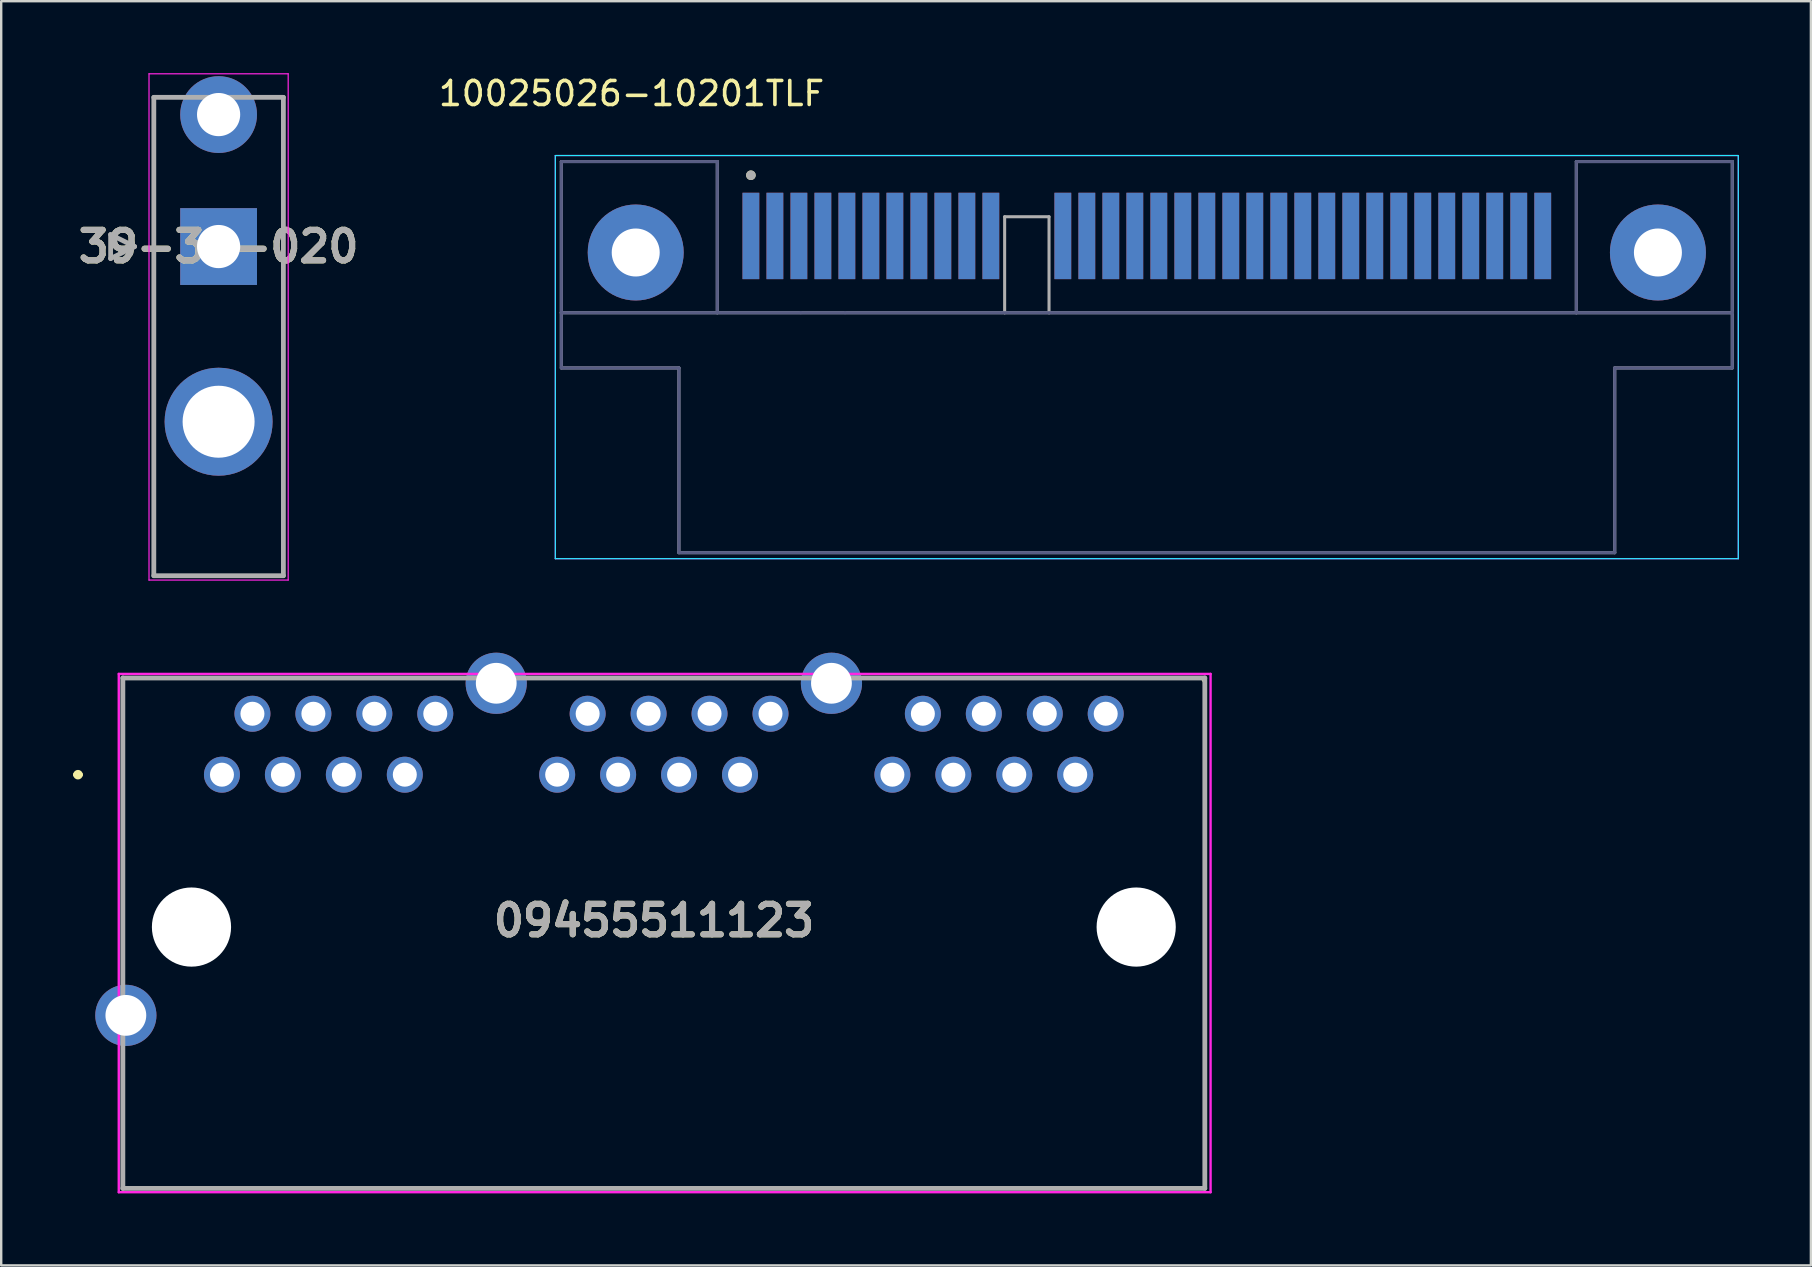
<source format=kicad_pcb>
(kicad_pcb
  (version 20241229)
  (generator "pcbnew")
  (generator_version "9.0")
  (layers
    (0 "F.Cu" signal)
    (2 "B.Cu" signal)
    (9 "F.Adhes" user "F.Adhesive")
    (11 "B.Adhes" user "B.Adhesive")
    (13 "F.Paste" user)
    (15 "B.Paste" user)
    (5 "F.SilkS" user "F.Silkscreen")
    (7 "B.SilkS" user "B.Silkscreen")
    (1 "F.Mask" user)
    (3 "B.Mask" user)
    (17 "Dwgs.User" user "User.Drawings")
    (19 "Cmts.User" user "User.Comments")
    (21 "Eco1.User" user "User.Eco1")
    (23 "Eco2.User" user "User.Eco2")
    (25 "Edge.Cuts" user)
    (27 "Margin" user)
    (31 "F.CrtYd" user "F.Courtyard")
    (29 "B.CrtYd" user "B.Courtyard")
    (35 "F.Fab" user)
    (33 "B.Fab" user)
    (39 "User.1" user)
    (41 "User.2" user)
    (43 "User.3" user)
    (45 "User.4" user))
  (footprint "39-30-020"
    (layer "F.Cu")
    (at 6.06 7.225)
    (property "Reference" "39-30-020" (at 0 0 0) (layer "F.SilkS") (effects (font (size 1.27 1.27) (thickness 0.254))))
    (attr through_hole)
    (fp_line (start -2.9 -7.2) (end 2.9 -7.2) (stroke (width 0.05) (type solid)) (layer "F.CrtYd"))
    (fp_line (start -2.9 13.9) (end -2.9 -7.2) (stroke (width 0.05) (type solid)) (layer "F.CrtYd"))
    (fp_line (start 2.9 -7.2) (end 2.9 13.9) (stroke (width 0.05) (type solid)) (layer "F.CrtYd"))
    (fp_line (start 2.9 13.9) (end -2.9 13.9) (stroke (width 0.05) (type solid)) (layer "F.CrtYd"))
    (fp_line (start -4.5 -0.5) (end -3.5 0) (stroke (width 0.2) (type solid)) (layer "F.Fab"))
    (fp_line (start -4.5 0.5) (end -4.5 -0.5) (stroke (width 0.2) (type solid)) (layer "F.Fab"))
    (fp_line (start -3.5 0) (end -4.5 0.5) (stroke (width 0.2) (type solid)) (layer "F.Fab"))
    (fp_line (start -2.7 -6.218) (end 2.7 -6.218) (stroke (width 0.2) (type solid)) (layer "F.Fab"))
    (fp_line (start -2.7 13.718) (end -2.7 -6.218) (stroke (width 0.2) (type solid)) (layer "F.Fab"))
    (fp_line (start 2.7 -6.218) (end 2.7 13.718) (stroke (width 0.2) (type solid)) (layer "F.Fab"))
    (fp_line (start 2.7 13.718) (end -2.7 13.718) (stroke (width 0.2) (type solid)) (layer "F.Fab"))
    (fp_text user "${REFERENCE}" (at 0 0 0) (layer "F.Fab") (effects (font (size 1.27 1.27) (thickness 0.254))))
    (pad "1" thru_hole rect (at 0 0) (size 3.2 3.2) (drill 1.8) (layers "*.Cu" "*.Mask"))
    (pad "2" thru_hole circle (at 0 -5.5) (size 3.2 3.2) (drill 1.8) (layers "*.Cu" "*.Mask"))
    (pad "MH" thru_hole circle (at 0 7.3) (size 4.5 4.5) (drill 3) (layers "*.Cu" "*.Mask")))
  (footprint "10025026-10201TLF"
    (layer "F.Cu")
    (at 44.743 7.473)
    (property "Reference" "10025026-10201TLF" (at -21.475 -6.625 0) (layer "F.SilkS") (effects (font (size 1 1) (thickness 0.15))))
    (attr allow_soldermask_bridges)
    (fp_poly (pts (xy 24.32 2.56) (xy 24.32 -3.7) (xy 19 -3.708) (xy 19 -2.52) (xy -18.99 -2.52) (xy -18.99 -3.69) (xy -24.3 -3.69) (xy -24.29 2.52)) (stroke (width 0.15) (type solid)) (fill yes) (layer "F.Mask"))
    (fp_poly (pts (xy 24.32 2.56) (xy 24.32 -3.71) (xy 19 -3.719) (xy 19 -2.53) (xy -18.98 -2.53) (xy -18.98 -3.7) (xy -24.3 -3.7) (xy -24.29 2.52)) (stroke (width 0.15) (type solid)) (fill yes) (layer "B.Mask"))
    (fp_circle (center -16.5 -3.22) (end -16.4 -3.22) (stroke (width 0.2) (type solid)) (fill no) (layer "F.SilkS"))
    (fp_line (start -24.65 -4.04) (end -24.65 12.76) (stroke (width 0.05) (type solid)) (layer "B.CrtYd"))
    (fp_line (start -24.65 12.76) (end 24.65 12.76) (stroke (width 0.05) (type solid)) (layer "B.CrtYd"))
    (fp_line (start 24.65 -4.04) (end -24.65 -4.04) (stroke (width 0.05) (type solid)) (layer "B.CrtYd"))
    (fp_line (start 24.65 12.76) (end 24.65 -4.04) (stroke (width 0.05) (type solid)) (layer "B.CrtYd"))
    (fp_line (start -24.65 -4.04) (end -24.65 12.76) (stroke (width 0.05) (type solid)) (layer "F.CrtYd"))
    (fp_line (start -24.65 12.76) (end 24.65 12.76) (stroke (width 0.05) (type solid)) (layer "F.CrtYd"))
    (fp_line (start 24.65 -4.04) (end -24.65 -4.04) (stroke (width 0.05) (type solid)) (layer "F.CrtYd"))
    (fp_line (start 24.65 12.76) (end 24.65 -4.04) (stroke (width 0.05) (type solid)) (layer "F.CrtYd"))
    (fp_line (start -24.4 -3.79) (end -17.9 -3.79) (stroke (width 0.127) (type solid)) (layer "B.Fab"))
    (fp_line (start -24.4 2.51) (end -24.4 -3.79) (stroke (width 0.127) (type solid)) (layer "B.Fab"))
    (fp_line (start -24.4 4.81) (end -24.4 2.51) (stroke (width 0.127) (type solid)) (layer "B.Fab"))
    (fp_line (start -19.5 4.81) (end -24.4 4.81) (stroke (width 0.127) (type solid)) (layer "B.Fab"))
    (fp_line (start -19.5 12.51) (end -19.5 4.81) (stroke (width 0.127) (type solid)) (layer "B.Fab"))
    (fp_line (start -17.9 -3.79) (end -17.9 2.51) (stroke (width 0.127) (type solid)) (layer "B.Fab"))
    (fp_line (start -17.9 2.51) (end -24.4 2.51) (stroke (width 0.127) (type solid)) (layer "B.Fab"))
    (fp_line (start -14.425 2.51) (end -17.9 2.51) (stroke (width 0.127) (type solid)) (layer "B.Fab"))
    (fp_line (start -14.425 2.51) (end -12.575 2.51) (stroke (width 0.127) (type solid)) (layer "B.Fab"))
    (fp_line (start 17.9 -3.79) (end 17.9 2.51) (stroke (width 0.127) (type solid)) (layer "B.Fab"))
    (fp_line (start 17.9 2.51) (end -12.575 2.51) (stroke (width 0.127) (type solid)) (layer "B.Fab"))
    (fp_line (start 17.9 2.51) (end 24.4 2.51) (stroke (width 0.127) (type solid)) (layer "B.Fab"))
    (fp_line (start 19.5 4.81) (end 24.4 4.81) (stroke (width 0.127) (type solid)) (layer "B.Fab"))
    (fp_line (start 19.5 12.51) (end -19.5 12.51) (stroke (width 0.127) (type solid)) (layer "B.Fab"))
    (fp_line (start 19.5 12.51) (end 19.5 4.81) (stroke (width 0.127) (type solid)) (layer "B.Fab"))
    (fp_line (start 24.4 -3.79) (end 17.9 -3.79) (stroke (width 0.127) (type solid)) (layer "B.Fab"))
    (fp_line (start 24.4 2.51) (end 24.4 -3.79) (stroke (width 0.127) (type solid)) (layer "B.Fab"))
    (fp_line (start 24.4 4.81) (end 24.4 2.51) (stroke (width 0.127) (type solid)) (layer "B.Fab"))
    (fp_line (start -24.4 -3.79) (end -17.9 -3.79) (stroke (width 0.127) (type solid)) (layer "F.Fab"))
    (fp_line (start -24.4 2.51) (end -24.4 -3.79) (stroke (width 0.127) (type solid)) (layer "F.Fab"))
    (fp_line (start -24.4 4.81) (end -24.4 2.51) (stroke (width 0.127) (type solid)) (layer "F.Fab"))
    (fp_line (start -19.5 4.81) (end -24.4 4.81) (stroke (width 0.127) (type solid)) (layer "F.Fab"))
    (fp_line (start -19.5 12.51) (end -19.5 4.81) (stroke (width 0.127) (type solid)) (layer "F.Fab"))
    (fp_line (start -17.9 -3.79) (end -17.9 2.51) (stroke (width 0.127) (type solid)) (layer "F.Fab"))
    (fp_line (start -17.9 2.51) (end -24.4 2.51) (stroke (width 0.127) (type solid)) (layer "F.Fab"))
    (fp_line (start -5.925 -1.49) (end -5.925 2.51) (stroke (width 0.127) (type solid)) (layer "F.Fab"))
    (fp_line (start -5.925 -1.49) (end -4.075 -1.49) (stroke (width 0.127) (type solid)) (layer "F.Fab"))
    (fp_line (start -5.925 2.51) (end -17.9 2.51) (stroke (width 0.127) (type solid)) (layer "F.Fab"))
    (fp_line (start -5.925 2.51) (end -4.075 2.51) (stroke (width 0.127) (type solid)) (layer "F.Fab"))
    (fp_line (start -4.075 -1.49) (end -4.075 2.51) (stroke (width 0.127) (type solid)) (layer "F.Fab"))
    (fp_line (start 17.9 -3.79) (end 17.9 2.51) (stroke (width 0.127) (type solid)) (layer "F.Fab"))
    (fp_line (start 17.9 2.51) (end -4.075 2.51) (stroke (width 0.127) (type solid)) (layer "F.Fab"))
    (fp_line (start 17.9 2.51) (end 24.4 2.51) (stroke (width 0.127) (type solid)) (layer "F.Fab"))
    (fp_line (start 19.5 4.81) (end 24.4 4.81) (stroke (width 0.127) (type solid)) (layer "F.Fab"))
    (fp_line (start 19.5 12.51) (end -19.5 12.51) (stroke (width 0.127) (type solid)) (layer "F.Fab"))
    (fp_line (start 19.5 12.51) (end 19.5 4.81) (stroke (width 0.127) (type solid)) (layer "F.Fab"))
    (fp_line (start 24.4 -3.79) (end 17.9 -3.79) (stroke (width 0.127) (type solid)) (layer "F.Fab"))
    (fp_line (start 24.4 4.81) (end 24.4 -3.79) (stroke (width 0.127) (type solid)) (layer "F.Fab"))
    (fp_circle (center -16.5 -3.22) (end -16.4 -3.22) (stroke (width 0.2) (type solid)) (fill no) (layer "F.Fab"))
    (pad "A1" smd rect (at -16.5 -0.69) (size 0.7 3.6) (layers "F.Cu" "F.Mask"))
    (pad "A2" smd rect (at -15.5 -0.69) (size 0.7 3.6) (layers "F.Cu" "F.Mask"))
    (pad "A3" smd rect (at -14.5 -0.69) (size 0.7 3.6) (layers "F.Cu" "F.Mask"))
    (pad "A4" smd rect (at -13.5 -0.69) (size 0.7 3.6) (layers "F.Cu" "F.Mask"))
    (pad "A5" smd rect (at -12.5 -0.69) (size 0.7 3.6) (layers "F.Cu" "F.Mask"))
    (pad "A6" smd rect (at -11.5 -0.69) (size 0.7 3.6) (layers "F.Cu" "F.Mask"))
    (pad "A7" smd rect (at -10.5 -0.69) (size 0.7 3.6) (layers "F.Cu" "F.Mask"))
    (pad "A8" smd rect (at -9.5 -0.69) (size 0.7 3.6) (layers "F.Cu" "F.Mask"))
    (pad "A9" smd rect (at -8.5 -0.69) (size 0.7 3.6) (layers "F.Cu" "F.Mask"))
    (pad "A10" smd rect (at -7.5 -0.69) (size 0.7 3.6) (layers "F.Cu" "F.Mask"))
    (pad "A11" smd rect (at -6.5 -0.69) (size 0.7 3.6) (layers "F.Cu" "F.Mask"))
    (pad "A12" smd rect (at -3.5 -0.69) (size 0.7 3.6) (layers "F.Cu" "F.Mask"))
    (pad "A13" smd rect (at -2.5 -0.69) (size 0.7 3.6) (layers "F.Cu" "F.Mask"))
    (pad "A14" smd rect (at -1.5 -0.69) (size 0.7 3.6) (layers "F.Cu" "F.Mask"))
    (pad "A15" smd rect (at -0.5 -0.69) (size 0.7 3.6) (layers "F.Cu" "F.Mask"))
    (pad "A16" smd rect (at 0.5 -0.69) (size 0.7 3.6) (layers "F.Cu" "F.Mask"))
    (pad "A17" smd rect (at 1.5 -0.69) (size 0.7 3.6) (layers "F.Cu" "F.Mask"))
    (pad "A18" smd rect (at 2.5 -0.69) (size 0.7 3.6) (layers "F.Cu" "F.Mask"))
    (pad "A19" smd rect (at 3.5 -0.69) (size 0.7 3.6) (layers "F.Cu" "F.Mask"))
    (pad "A20" smd rect (at 4.5 -0.69) (size 0.7 3.6) (layers "F.Cu" "F.Mask"))
    (pad "A21" smd rect (at 5.5 -0.69) (size 0.7 3.6) (layers "F.Cu" "F.Mask"))
    (pad "A22" smd rect (at 6.5 -0.69) (size 0.7 3.6) (layers "F.Cu" "F.Mask"))
    (pad "A23" smd rect (at 7.5 -0.69) (size 0.7 3.6) (layers "F.Cu" "F.Mask"))
    (pad "A24" smd rect (at 8.5 -0.69) (size 0.7 3.6) (layers "F.Cu" "F.Mask"))
    (pad "A25" smd rect (at 9.5 -0.69) (size 0.7 3.6) (layers "F.Cu" "F.Mask"))
    (pad "A26" smd rect (at 10.5 -0.69) (size 0.7 3.6) (layers "F.Cu" "F.Mask"))
    (pad "A27" smd rect (at 11.5 -0.69) (size 0.7 3.6) (layers "F.Cu" "F.Mask"))
    (pad "A28" smd rect (at 12.5 -0.69) (size 0.7 3.6) (layers "F.Cu" "F.Mask"))
    (pad "A29" smd rect (at 13.5 -0.69) (size 0.7 3.6) (layers "F.Cu" "F.Mask"))
    (pad "A30" smd rect (at 14.5 -0.69) (size 0.7 3.6) (layers "F.Cu" "F.Mask"))
    (pad "A31" smd rect (at 15.5 -0.69) (size 0.7 3.6) (layers "F.Cu" "F.Mask"))
    (pad "A32" smd rect (at 16.5 -0.69) (size 0.7 3.6) (layers "F.Cu" "F.Mask"))
    (pad "B1" smd rect (at -16.5 -0.69) (size 0.7 3.6) (layers "B.Cu" "B.Mask"))
    (pad "B2" smd rect (at -15.5 -0.69) (size 0.7 3.6) (layers "B.Cu" "B.Mask"))
    (pad "B3" smd rect (at -14.5 -0.69) (size 0.7 3.6) (layers "B.Cu" "B.Mask"))
    (pad "B4" smd rect (at -13.5 -0.69) (size 0.7 3.6) (layers "B.Cu" "B.Mask"))
    (pad "B5" smd rect (at -12.5 -0.69) (size 0.7 3.6) (layers "B.Cu" "B.Mask"))
    (pad "B6" smd rect (at -11.5 -0.69) (size 0.7 3.6) (layers "B.Cu" "B.Mask"))
    (pad "B7" smd rect (at -10.5 -0.69) (size 0.7 3.6) (layers "B.Cu" "B.Mask"))
    (pad "B8" smd rect (at -9.5 -0.69) (size 0.7 3.6) (layers "B.Cu" "B.Mask"))
    (pad "B9" smd rect (at -8.5 -0.69) (size 0.7 3.6) (layers "B.Cu" "B.Mask"))
    (pad "B10" smd rect (at -7.5 -0.69) (size 0.7 3.6) (layers "B.Cu" "B.Mask"))
    (pad "B11" smd rect (at -6.5 -0.69) (size 0.7 3.6) (layers "B.Cu" "B.Mask"))
    (pad "B12" smd rect (at -3.5 -0.69) (size 0.7 3.6) (layers "B.Cu" "B.Mask"))
    (pad "B13" smd rect (at -2.5 -0.69) (size 0.7 3.6) (layers "B.Cu" "B.Mask"))
    (pad "B14" smd rect (at -1.5 -0.69) (size 0.7 3.6) (layers "B.Cu" "B.Mask"))
    (pad "B15" smd rect (at -0.5 -0.69) (size 0.7 3.6) (layers "B.Cu" "B.Mask"))
    (pad "B16" smd rect (at 0.5 -0.69) (size 0.7 3.6) (layers "B.Cu" "B.Mask"))
    (pad "B17" smd rect (at 1.5 -0.69) (size 0.7 3.6) (layers "B.Cu" "B.Mask"))
    (pad "B18" smd rect (at 2.5 -0.69) (size 0.7 3.6) (layers "B.Cu" "B.Mask"))
    (pad "B19" smd rect (at 3.5 -0.69) (size 0.7 3.6) (layers "B.Cu" "B.Mask"))
    (pad "B20" smd rect (at 4.5 -0.69) (size 0.7 3.6) (layers "B.Cu" "B.Mask"))
    (pad "B21" smd rect (at 5.5 -0.69) (size 0.7 3.6) (layers "B.Cu" "B.Mask"))
    (pad "B22" smd rect (at 6.5 -0.69) (size 0.7 3.6) (layers "B.Cu" "B.Mask"))
    (pad "B23" smd rect (at 7.5 -0.69) (size 0.7 3.6) (layers "B.Cu" "B.Mask"))
    (pad "B24" smd rect (at 8.5 -0.69) (size 0.7 3.6) (layers "B.Cu" "B.Mask"))
    (pad "B25" smd rect (at 9.5 -0.69) (size 0.7 3.6) (layers "B.Cu" "B.Mask"))
    (pad "B26" smd rect (at 10.5 -0.69) (size 0.7 3.6) (layers "B.Cu" "B.Mask"))
    (pad "B27" smd rect (at 11.5 -0.69) (size 0.7 3.6) (layers "B.Cu" "B.Mask"))
    (pad "B28" smd rect (at 12.5 -0.69) (size 0.7 3.6) (layers "B.Cu" "B.Mask"))
    (pad "B29" smd rect (at 13.5 -0.69) (size 0.7 3.6) (layers "B.Cu" "B.Mask"))
    (pad "B30" smd rect (at 14.5 -0.69) (size 0.7 3.6) (layers "B.Cu" "B.Mask"))
    (pad "B31" smd rect (at 15.5 -0.69) (size 0.7 3.6) (layers "B.Cu" "B.Mask"))
    (pad "B32" smd rect (at 16.5 -0.69) (size 0.7 3.6) (layers "B.Cu" "B.Mask"))
    (pad "MH1" thru_hole circle (at -21.3 0) (size 4 4) (drill 2) (layers "*.Cu" "*.Mask"))
    (pad "MH2" thru_hole circle (at 21.3 0) (size 4 4) (drill 2) (layers "*.Cu" "*.Mask")))
  (footprint "09455511123"
    (layer "F.Cu")
    (at 6.2 29.235)
    (property "Reference" "09455511123" (at 18.005 6.077 0) (layer "F.SilkS") (effects (font (size 1.27 1.27) (thickness 0.254))))
    (attr through_hole)
    (fp_line (start -6.1 0) (end -6.1 0) (stroke (width 0.2) (type solid)) (layer "F.SilkS"))
    (fp_line (start -5.9 0) (end -5.9 0) (stroke (width 0.2) (type solid)) (layer "F.SilkS"))
    (fp_line (start -4.13 -4.03) (end 9.1 -4.03) (stroke (width 0.1) (type solid)) (layer "F.SilkS"))
    (fp_line (start -4.13 7.35) (end -4.13 -4.03) (stroke (width 0.1) (type solid)) (layer "F.SilkS"))
    (fp_line (start -4.13 12.35) (end -4.13 17.24) (stroke (width 0.1) (type solid)) (layer "F.SilkS"))
    (fp_line (start -4.13 17.24) (end 40.96 17.24) (stroke (width 0.1) (type solid)) (layer "F.SilkS"))
    (fp_line (start 27.1 -4.03) (end 40.835 -4.03) (stroke (width 0.1) (type solid)) (layer "F.SilkS"))
    (fp_line (start 40.835 -4.03) (end 40.96 -3.81) (stroke (width 0.1) (type solid)) (layer "F.SilkS"))
    (fp_line (start 40.96 -3.81) (end 40.96 12.37) (stroke (width 0.1) (type solid)) (layer "F.SilkS"))
    (fp_line (start 40.96 17.24) (end 40.96 12.35) (stroke (width 0.1) (type solid)) (layer "F.SilkS"))
    (fp_arc (start -6.1 0) (mid -6 -0.1) (end -5.9 0) (stroke (width 0.2) (type solid)) (layer "F.SilkS"))
    (fp_arc (start -5.9 0) (mid -6 0.1) (end -6.1 0) (stroke (width 0.2) (type solid)) (layer "F.SilkS"))
    (fp_line (start -4.3 -4.2) (end 41.2 -4.2) (stroke (width 0.1) (type solid)) (layer "F.CrtYd"))
    (fp_line (start -4.3 17.4) (end -4.3 -4.2) (stroke (width 0.1) (type solid)) (layer "F.CrtYd"))
    (fp_line (start 41.2 -4.2) (end 41.2 17.4) (stroke (width 0.1) (type solid)) (layer "F.CrtYd"))
    (fp_line (start 41.2 17.4) (end -4.3 17.4) (stroke (width 0.1) (type solid)) (layer "F.CrtYd"))
    (fp_line (start -4.13 -4.03) (end 40.96 -4.03) (stroke (width 0.2) (type solid)) (layer "F.Fab"))
    (fp_line (start -4.13 17.24) (end -4.13 -4.03) (stroke (width 0.2) (type solid)) (layer "F.Fab"))
    (fp_line (start 40.96 -4.03) (end 40.96 17.24) (stroke (width 0.2) (type solid)) (layer "F.Fab"))
    (fp_line (start 40.96 17.24) (end -4.13 17.24) (stroke (width 0.2) (type solid)) (layer "F.Fab"))
    (fp_text user "${REFERENCE}" (at 18.005 6.077 0) (layer "F.Fab") (effects (font (size 1.27 1.27) (thickness 0.254))))
    (pad "" np_thru_hole circle (at -1.27 6.35) (size 3.3 3.3) (drill 3.3) (layers "*.Cu" "*.Mask"))
    (pad "" np_thru_hole circle (at 38.1 6.35) (size 3.3 3.3) (drill 3.3) (layers "*.Cu" "*.Mask"))
    (pad "A1" thru_hole circle (at 0 0) (size 1.5 1.5) (drill 1) (layers "*.Cu" "*.Mask"))
    (pad "A2" thru_hole circle (at 1.27 -2.54) (size 1.5 1.5) (drill 1) (layers "*.Cu" "*.Mask"))
    (pad "A3" thru_hole circle (at 2.54 0) (size 1.5 1.5) (drill 1) (layers "*.Cu" "*.Mask"))
    (pad "A4" thru_hole circle (at 3.81 -2.54) (size 1.5 1.5) (drill 1) (layers "*.Cu" "*.Mask"))
    (pad "A5" thru_hole circle (at 5.08 0) (size 1.5 1.5) (drill 1) (layers "*.Cu" "*.Mask"))
    (pad "A6" thru_hole circle (at 6.35 -2.54) (size 1.5 1.5) (drill 1) (layers "*.Cu" "*.Mask"))
    (pad "A7" thru_hole circle (at 7.62 0) (size 1.5 1.5) (drill 1) (layers "*.Cu" "*.Mask"))
    (pad "A8" thru_hole circle (at 8.89 -2.54) (size 1.5 1.5) (drill 1) (layers "*.Cu" "*.Mask"))
    (pad "B1" thru_hole circle (at 13.97 0) (size 1.5 1.5) (drill 1) (layers "*.Cu" "*.Mask"))
    (pad "B2" thru_hole circle (at 15.24 -2.54) (size 1.5 1.5) (drill 1) (layers "*.Cu" "*.Mask"))
    (pad "B3" thru_hole circle (at 16.51 0) (size 1.5 1.5) (drill 1) (layers "*.Cu" "*.Mask"))
    (pad "B4" thru_hole circle (at 17.78 -2.54) (size 1.5 1.5) (drill 1) (layers "*.Cu" "*.Mask"))
    (pad "B5" thru_hole circle (at 19.05 0) (size 1.5 1.5) (drill 1) (layers "*.Cu" "*.Mask"))
    (pad "B6" thru_hole circle (at 20.32 -2.54) (size 1.5 1.5) (drill 1) (layers "*.Cu" "*.Mask"))
    (pad "B7" thru_hole circle (at 21.59 0) (size 1.5 1.5) (drill 1) (layers "*.Cu" "*.Mask"))
    (pad "B8" thru_hole circle (at 22.86 -2.54) (size 1.5 1.5) (drill 1) (layers "*.Cu" "*.Mask"))
    (pad "C1" thru_hole circle (at 27.94 0) (size 1.5 1.5) (drill 1) (layers "*.Cu" "*.Mask"))
    (pad "C2" thru_hole circle (at 29.21 -2.54) (size 1.5 1.5) (drill 1) (layers "*.Cu" "*.Mask"))
    (pad "C3" thru_hole circle (at 30.48 0) (size 1.5 1.5) (drill 1) (layers "*.Cu" "*.Mask"))
    (pad "C4" thru_hole circle (at 31.75 -2.54) (size 1.5 1.5) (drill 1) (layers "*.Cu" "*.Mask"))
    (pad "C5" thru_hole circle (at 33.02 0) (size 1.5 1.5) (drill 1) (layers "*.Cu" "*.Mask"))
    (pad "C6" thru_hole circle (at 34.29 -2.54) (size 1.5 1.5) (drill 1) (layers "*.Cu" "*.Mask"))
    (pad "C7" thru_hole circle (at 35.56 0) (size 1.5 1.5) (drill 1) (layers "*.Cu" "*.Mask"))
    (pad "C8" thru_hole circle (at 36.83 -2.54) (size 1.5 1.5) (drill 1) (layers "*.Cu" "*.Mask"))
    (pad "MH3" thru_hole circle (at -4.005 10.03) (size 2.55 2.55) (drill 1.7) (layers "*.Cu" "*.Mask"))
    (pad "MH5" thru_hole circle (at 11.43 -3.81) (size 2.55 2.55) (drill 1.7) (layers "*.Cu" "*.Mask"))
    (pad "MH6" thru_hole circle (at 25.4 -3.81) (size 2.55 2.55) (drill 1.7) (layers "*.Cu" "*.Mask")))
  (gr_rect
    (start -3 -3)
    (end 72.418 49.685)
    (stroke (width 0.1) (type default))
    (fill no)
    (layer "Edge.Cuts")))
</source>
